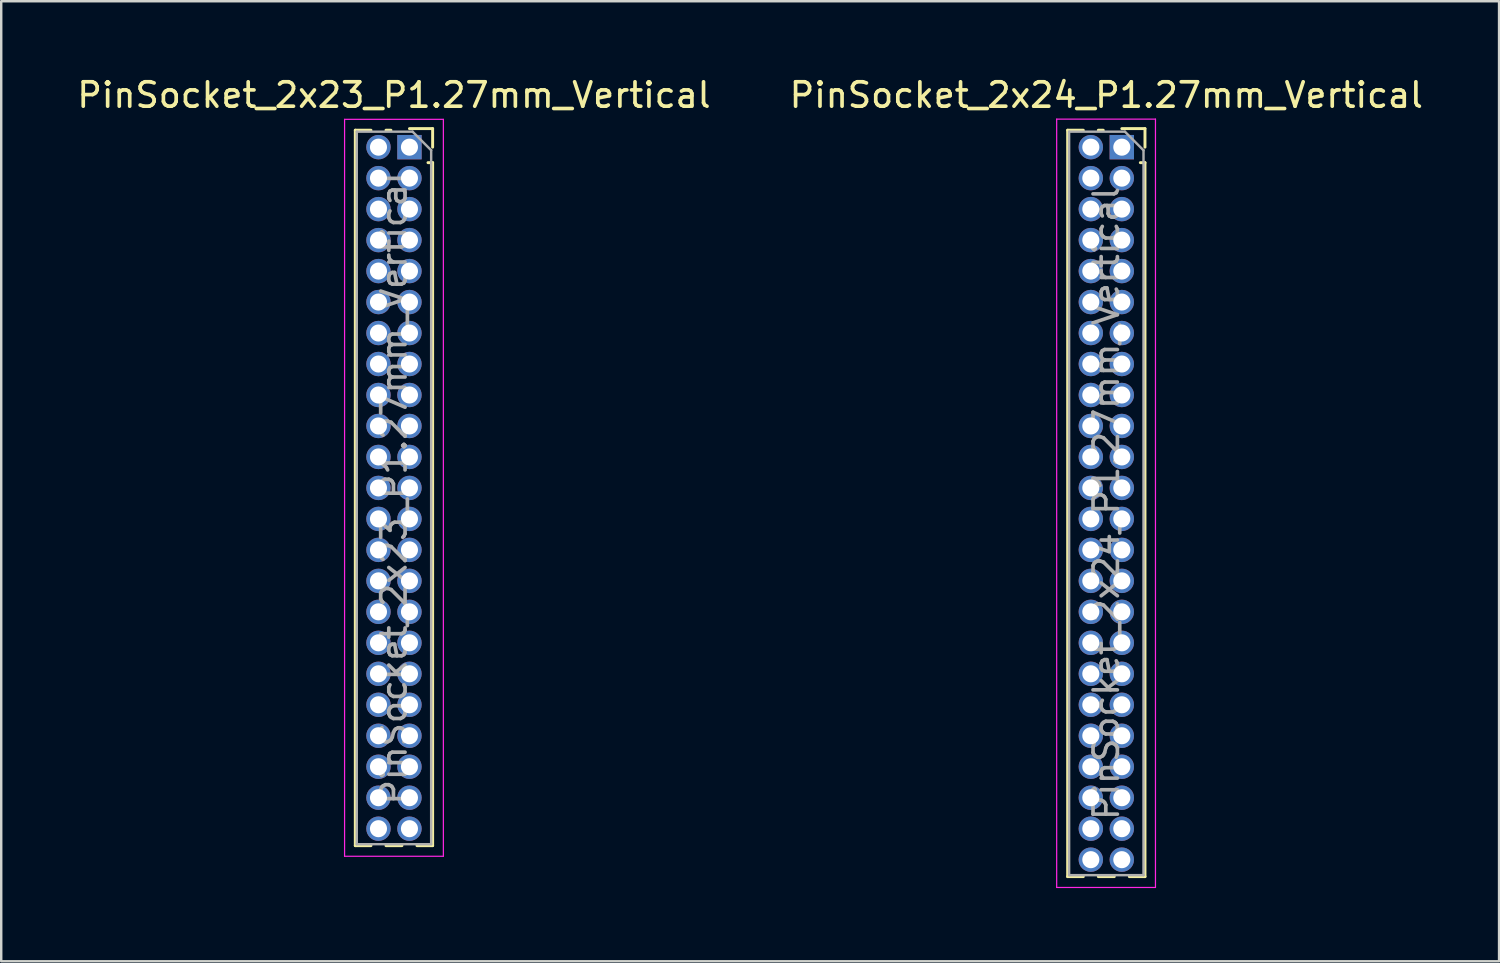
<source format=kicad_pcb>
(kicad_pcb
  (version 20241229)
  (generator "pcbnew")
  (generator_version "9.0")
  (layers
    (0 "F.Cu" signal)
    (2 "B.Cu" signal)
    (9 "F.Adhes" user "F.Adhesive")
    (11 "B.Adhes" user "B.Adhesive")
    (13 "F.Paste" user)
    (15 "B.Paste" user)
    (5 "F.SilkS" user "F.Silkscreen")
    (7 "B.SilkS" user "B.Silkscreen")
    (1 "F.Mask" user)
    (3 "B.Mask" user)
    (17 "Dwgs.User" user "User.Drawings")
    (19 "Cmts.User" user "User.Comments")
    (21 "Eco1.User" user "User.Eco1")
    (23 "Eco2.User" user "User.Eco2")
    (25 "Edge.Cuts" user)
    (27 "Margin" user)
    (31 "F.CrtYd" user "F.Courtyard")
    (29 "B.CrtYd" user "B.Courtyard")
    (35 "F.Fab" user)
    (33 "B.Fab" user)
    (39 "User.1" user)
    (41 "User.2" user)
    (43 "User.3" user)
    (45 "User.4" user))
  (footprint "PinSocket_2x23_P1.27mm_Vertical"
    (layer "F.Cu")
    (at 13.736 2.983)
    (property "Reference" "PinSocket_2x23_P1.27mm_Vertical" (at -0.635 -2.135 0) (layer "F.SilkS") (effects (font (size 1 1) (thickness 0.15))))
    (attr through_hole)
    (fp_line (start -2.22 -0.695) (end -2.22 28.635) (stroke (width 0.12) (type solid)) (layer "F.SilkS"))
    (fp_line (start -2.22 -0.695) (end -1.578 -0.695) (stroke (width 0.12) (type solid)) (layer "F.SilkS"))
    (fp_line (start -2.22 28.635) (end -1.578 28.635) (stroke (width 0.12) (type solid)) (layer "F.SilkS"))
    (fp_line (start -0.962 -0.695) (end -0.76 -0.695) (stroke (width 0.12) (type solid)) (layer "F.SilkS"))
    (fp_line (start -0.962 28.635) (end -0.308 28.635) (stroke (width 0.12) (type solid)) (layer "F.SilkS"))
    (fp_line (start 0 -0.76) (end 0.95 -0.76) (stroke (width 0.12) (type solid)) (layer "F.SilkS"))
    (fp_line (start 0.308 28.635) (end 0.95 28.635) (stroke (width 0.12) (type solid)) (layer "F.SilkS"))
    (fp_line (start 0.76 0.635) (end 0.95 0.635) (stroke (width 0.12) (type solid)) (layer "F.SilkS"))
    (fp_line (start 0.95 -0.76) (end 0.95 0) (stroke (width 0.12) (type solid)) (layer "F.SilkS"))
    (fp_line (start 0.95 0.635) (end 0.95 28.635) (stroke (width 0.12) (type solid)) (layer "F.SilkS"))
    (fp_line (start -2.66 -1.14) (end 1.39 -1.14) (stroke (width 0.05) (type solid)) (layer "F.CrtYd"))
    (fp_line (start -2.66 29.07) (end -2.66 -1.14) (stroke (width 0.05) (type solid)) (layer "F.CrtYd"))
    (fp_line (start 1.39 -1.14) (end 1.39 29.07) (stroke (width 0.05) (type solid)) (layer "F.CrtYd"))
    (fp_line (start 1.39 29.07) (end -2.66 29.07) (stroke (width 0.05) (type solid)) (layer "F.CrtYd"))
    (fp_line (start -2.16 -0.635) (end 0.128 -0.635) (stroke (width 0.1) (type solid)) (layer "F.Fab"))
    (fp_line (start -2.16 28.575) (end -2.16 -0.635) (stroke (width 0.1) (type solid)) (layer "F.Fab"))
    (fp_line (start 0.128 -0.635) (end 0.89 0.127) (stroke (width 0.1) (type solid)) (layer "F.Fab"))
    (fp_line (start 0.89 0.127) (end 0.89 28.575) (stroke (width 0.1) (type solid)) (layer "F.Fab"))
    (fp_line (start 0.89 28.575) (end -2.16 28.575) (stroke (width 0.1) (type solid)) (layer "F.Fab"))
    (fp_text user "${REFERENCE}" (at -0.635 13.97 90) (layer "F.Fab") (effects (font (size 1 1) (thickness 0.15))))
    (pad "1" thru_hole rect (at 0 0) (size 1 1) (drill 0.7) (layers "*.Cu" "*.Mask"))
    (pad "2" thru_hole circle (at -1.27 0) (size 1 1) (drill 0.7) (layers "*.Cu" "*.Mask"))
    (pad "3" thru_hole circle (at 0 1.27) (size 1 1) (drill 0.7) (layers "*.Cu" "*.Mask"))
    (pad "4" thru_hole circle (at -1.27 1.27) (size 1 1) (drill 0.7) (layers "*.Cu" "*.Mask"))
    (pad "5" thru_hole circle (at 0 2.54) (size 1 1) (drill 0.7) (layers "*.Cu" "*.Mask"))
    (pad "6" thru_hole circle (at -1.27 2.54) (size 1 1) (drill 0.7) (layers "*.Cu" "*.Mask"))
    (pad "7" thru_hole circle (at 0 3.81) (size 1 1) (drill 0.7) (layers "*.Cu" "*.Mask"))
    (pad "8" thru_hole circle (at -1.27 3.81) (size 1 1) (drill 0.7) (layers "*.Cu" "*.Mask"))
    (pad "9" thru_hole circle (at 0 5.08) (size 1 1) (drill 0.7) (layers "*.Cu" "*.Mask"))
    (pad "10" thru_hole circle (at -1.27 5.08) (size 1 1) (drill 0.7) (layers "*.Cu" "*.Mask"))
    (pad "11" thru_hole circle (at 0 6.35) (size 1 1) (drill 0.7) (layers "*.Cu" "*.Mask"))
    (pad "12" thru_hole circle (at -1.27 6.35) (size 1 1) (drill 0.7) (layers "*.Cu" "*.Mask"))
    (pad "13" thru_hole circle (at 0 7.62) (size 1 1) (drill 0.7) (layers "*.Cu" "*.Mask"))
    (pad "14" thru_hole circle (at -1.27 7.62) (size 1 1) (drill 0.7) (layers "*.Cu" "*.Mask"))
    (pad "15" thru_hole circle (at 0 8.89) (size 1 1) (drill 0.7) (layers "*.Cu" "*.Mask"))
    (pad "16" thru_hole circle (at -1.27 8.89) (size 1 1) (drill 0.7) (layers "*.Cu" "*.Mask"))
    (pad "17" thru_hole circle (at 0 10.16) (size 1 1) (drill 0.7) (layers "*.Cu" "*.Mask"))
    (pad "18" thru_hole circle (at -1.27 10.16) (size 1 1) (drill 0.7) (layers "*.Cu" "*.Mask"))
    (pad "19" thru_hole circle (at 0 11.43) (size 1 1) (drill 0.7) (layers "*.Cu" "*.Mask"))
    (pad "20" thru_hole circle (at -1.27 11.43) (size 1 1) (drill 0.7) (layers "*.Cu" "*.Mask"))
    (pad "21" thru_hole circle (at 0 12.7) (size 1 1) (drill 0.7) (layers "*.Cu" "*.Mask"))
    (pad "22" thru_hole circle (at -1.27 12.7) (size 1 1) (drill 0.7) (layers "*.Cu" "*.Mask"))
    (pad "23" thru_hole circle (at 0 13.97) (size 1 1) (drill 0.7) (layers "*.Cu" "*.Mask"))
    (pad "24" thru_hole circle (at -1.27 13.97) (size 1 1) (drill 0.7) (layers "*.Cu" "*.Mask"))
    (pad "25" thru_hole circle (at 0 15.24) (size 1 1) (drill 0.7) (layers "*.Cu" "*.Mask"))
    (pad "26" thru_hole circle (at -1.27 15.24) (size 1 1) (drill 0.7) (layers "*.Cu" "*.Mask"))
    (pad "27" thru_hole circle (at 0 16.51) (size 1 1) (drill 0.7) (layers "*.Cu" "*.Mask"))
    (pad "28" thru_hole circle (at -1.27 16.51) (size 1 1) (drill 0.7) (layers "*.Cu" "*.Mask"))
    (pad "29" thru_hole circle (at 0 17.78) (size 1 1) (drill 0.7) (layers "*.Cu" "*.Mask"))
    (pad "30" thru_hole circle (at -1.27 17.78) (size 1 1) (drill 0.7) (layers "*.Cu" "*.Mask"))
    (pad "31" thru_hole circle (at 0 19.05) (size 1 1) (drill 0.7) (layers "*.Cu" "*.Mask"))
    (pad "32" thru_hole circle (at -1.27 19.05) (size 1 1) (drill 0.7) (layers "*.Cu" "*.Mask"))
    (pad "33" thru_hole circle (at 0 20.32) (size 1 1) (drill 0.7) (layers "*.Cu" "*.Mask"))
    (pad "34" thru_hole circle (at -1.27 20.32) (size 1 1) (drill 0.7) (layers "*.Cu" "*.Mask"))
    (pad "35" thru_hole circle (at 0 21.59) (size 1 1) (drill 0.7) (layers "*.Cu" "*.Mask"))
    (pad "36" thru_hole circle (at -1.27 21.59) (size 1 1) (drill 0.7) (layers "*.Cu" "*.Mask"))
    (pad "37" thru_hole circle (at 0 22.86) (size 1 1) (drill 0.7) (layers "*.Cu" "*.Mask"))
    (pad "38" thru_hole circle (at -1.27 22.86) (size 1 1) (drill 0.7) (layers "*.Cu" "*.Mask"))
    (pad "39" thru_hole circle (at 0 24.13) (size 1 1) (drill 0.7) (layers "*.Cu" "*.Mask"))
    (pad "40" thru_hole circle (at -1.27 24.13) (size 1 1) (drill 0.7) (layers "*.Cu" "*.Mask"))
    (pad "41" thru_hole circle (at 0 25.4) (size 1 1) (drill 0.7) (layers "*.Cu" "*.Mask"))
    (pad "42" thru_hole circle (at -1.27 25.4) (size 1 1) (drill 0.7) (layers "*.Cu" "*.Mask"))
    (pad "43" thru_hole circle (at 0 26.67) (size 1 1) (drill 0.7) (layers "*.Cu" "*.Mask"))
    (pad "44" thru_hole circle (at -1.27 26.67) (size 1 1) (drill 0.7) (layers "*.Cu" "*.Mask"))
    (pad "45" thru_hole circle (at 0 27.94) (size 1 1) (drill 0.7) (layers "*.Cu" "*.Mask"))
    (pad "46" thru_hole circle (at -1.27 27.94) (size 1 1) (drill 0.7) (layers "*.Cu" "*.Mask")))
  (footprint "PinSocket_2x24_P1.27mm_Vertical"
    (layer "F.Cu")
    (at 42.939 2.983)
    (property "Reference" "PinSocket_2x24_P1.27mm_Vertical" (at -0.635 -2.135 0) (layer "F.SilkS") (effects (font (size 1 1) (thickness 0.15))))
    (attr through_hole)
    (fp_line (start -2.22 -0.695) (end -2.22 29.905) (stroke (width 0.12) (type solid)) (layer "F.SilkS"))
    (fp_line (start -2.22 -0.695) (end -1.578 -0.695) (stroke (width 0.12) (type solid)) (layer "F.SilkS"))
    (fp_line (start -2.22 29.905) (end -1.578 29.905) (stroke (width 0.12) (type solid)) (layer "F.SilkS"))
    (fp_line (start -0.962 -0.695) (end -0.76 -0.695) (stroke (width 0.12) (type solid)) (layer "F.SilkS"))
    (fp_line (start -0.962 29.905) (end -0.308 29.905) (stroke (width 0.12) (type solid)) (layer "F.SilkS"))
    (fp_line (start 0 -0.76) (end 0.95 -0.76) (stroke (width 0.12) (type solid)) (layer "F.SilkS"))
    (fp_line (start 0.308 29.905) (end 0.95 29.905) (stroke (width 0.12) (type solid)) (layer "F.SilkS"))
    (fp_line (start 0.76 0.635) (end 0.95 0.635) (stroke (width 0.12) (type solid)) (layer "F.SilkS"))
    (fp_line (start 0.95 -0.76) (end 0.95 0) (stroke (width 0.12) (type solid)) (layer "F.SilkS"))
    (fp_line (start 0.95 0.635) (end 0.95 29.905) (stroke (width 0.12) (type solid)) (layer "F.SilkS"))
    (fp_line (start -2.67 -1.15) (end 1.38 -1.15) (stroke (width 0.05) (type solid)) (layer "F.CrtYd"))
    (fp_line (start -2.67 30.35) (end -2.67 -1.15) (stroke (width 0.05) (type solid)) (layer "F.CrtYd"))
    (fp_line (start 1.38 -1.15) (end 1.38 30.35) (stroke (width 0.05) (type solid)) (layer "F.CrtYd"))
    (fp_line (start 1.38 30.35) (end -2.67 30.35) (stroke (width 0.05) (type solid)) (layer "F.CrtYd"))
    (fp_line (start -2.16 -0.635) (end 0.128 -0.635) (stroke (width 0.1) (type solid)) (layer "F.Fab"))
    (fp_line (start -2.16 29.845) (end -2.16 -0.635) (stroke (width 0.1) (type solid)) (layer "F.Fab"))
    (fp_line (start 0.128 -0.635) (end 0.89 0.128) (stroke (width 0.1) (type solid)) (layer "F.Fab"))
    (fp_line (start 0.89 0.128) (end 0.89 29.845) (stroke (width 0.1) (type solid)) (layer "F.Fab"))
    (fp_line (start 0.89 29.845) (end -2.16 29.845) (stroke (width 0.1) (type solid)) (layer "F.Fab"))
    (fp_text user "${REFERENCE}" (at -0.635 14.605 90) (layer "F.Fab") (effects (font (size 1 1) (thickness 0.15))))
    (pad "1" thru_hole rect (at 0 0) (size 1 1) (drill 0.7) (layers "*.Cu" "*.Mask"))
    (pad "2" thru_hole oval (at -1.27 0) (size 1 1) (drill 0.7) (layers "*.Cu" "*.Mask"))
    (pad "3" thru_hole oval (at 0 1.27) (size 1 1) (drill 0.7) (layers "*.Cu" "*.Mask"))
    (pad "4" thru_hole oval (at -1.27 1.27) (size 1 1) (drill 0.7) (layers "*.Cu" "*.Mask"))
    (pad "5" thru_hole oval (at 0 2.54) (size 1 1) (drill 0.7) (layers "*.Cu" "*.Mask"))
    (pad "6" thru_hole oval (at -1.27 2.54) (size 1 1) (drill 0.7) (layers "*.Cu" "*.Mask"))
    (pad "7" thru_hole oval (at 0 3.81) (size 1 1) (drill 0.7) (layers "*.Cu" "*.Mask"))
    (pad "8" thru_hole oval (at -1.27 3.81) (size 1 1) (drill 0.7) (layers "*.Cu" "*.Mask"))
    (pad "9" thru_hole oval (at 0 5.08) (size 1 1) (drill 0.7) (layers "*.Cu" "*.Mask"))
    (pad "10" thru_hole oval (at -1.27 5.08) (size 1 1) (drill 0.7) (layers "*.Cu" "*.Mask"))
    (pad "11" thru_hole oval (at 0 6.35) (size 1 1) (drill 0.7) (layers "*.Cu" "*.Mask"))
    (pad "12" thru_hole oval (at -1.27 6.35) (size 1 1) (drill 0.7) (layers "*.Cu" "*.Mask"))
    (pad "13" thru_hole oval (at 0 7.62) (size 1 1) (drill 0.7) (layers "*.Cu" "*.Mask"))
    (pad "14" thru_hole oval (at -1.27 7.62) (size 1 1) (drill 0.7) (layers "*.Cu" "*.Mask"))
    (pad "15" thru_hole oval (at 0 8.89) (size 1 1) (drill 0.7) (layers "*.Cu" "*.Mask"))
    (pad "16" thru_hole oval (at -1.27 8.89) (size 1 1) (drill 0.7) (layers "*.Cu" "*.Mask"))
    (pad "17" thru_hole oval (at 0 10.16) (size 1 1) (drill 0.7) (layers "*.Cu" "*.Mask"))
    (pad "18" thru_hole oval (at -1.27 10.16) (size 1 1) (drill 0.7) (layers "*.Cu" "*.Mask"))
    (pad "19" thru_hole oval (at 0 11.43) (size 1 1) (drill 0.7) (layers "*.Cu" "*.Mask"))
    (pad "20" thru_hole oval (at -1.27 11.43) (size 1 1) (drill 0.7) (layers "*.Cu" "*.Mask"))
    (pad "21" thru_hole oval (at 0 12.7) (size 1 1) (drill 0.7) (layers "*.Cu" "*.Mask"))
    (pad "22" thru_hole oval (at -1.27 12.7) (size 1 1) (drill 0.7) (layers "*.Cu" "*.Mask"))
    (pad "23" thru_hole oval (at 0 13.97) (size 1 1) (drill 0.7) (layers "*.Cu" "*.Mask"))
    (pad "24" thru_hole oval (at -1.27 13.97) (size 1 1) (drill 0.7) (layers "*.Cu" "*.Mask"))
    (pad "25" thru_hole oval (at 0 15.24) (size 1 1) (drill 0.7) (layers "*.Cu" "*.Mask"))
    (pad "26" thru_hole oval (at -1.27 15.24) (size 1 1) (drill 0.7) (layers "*.Cu" "*.Mask"))
    (pad "27" thru_hole oval (at 0 16.51) (size 1 1) (drill 0.7) (layers "*.Cu" "*.Mask"))
    (pad "28" thru_hole oval (at -1.27 16.51) (size 1 1) (drill 0.7) (layers "*.Cu" "*.Mask"))
    (pad "29" thru_hole oval (at 0 17.78) (size 1 1) (drill 0.7) (layers "*.Cu" "*.Mask"))
    (pad "30" thru_hole oval (at -1.27 17.78) (size 1 1) (drill 0.7) (layers "*.Cu" "*.Mask"))
    (pad "31" thru_hole oval (at 0 19.05) (size 1 1) (drill 0.7) (layers "*.Cu" "*.Mask"))
    (pad "32" thru_hole oval (at -1.27 19.05) (size 1 1) (drill 0.7) (layers "*.Cu" "*.Mask"))
    (pad "33" thru_hole oval (at 0 20.32) (size 1 1) (drill 0.7) (layers "*.Cu" "*.Mask"))
    (pad "34" thru_hole oval (at -1.27 20.32) (size 1 1) (drill 0.7) (layers "*.Cu" "*.Mask"))
    (pad "35" thru_hole oval (at 0 21.59) (size 1 1) (drill 0.7) (layers "*.Cu" "*.Mask"))
    (pad "36" thru_hole oval (at -1.27 21.59) (size 1 1) (drill 0.7) (layers "*.Cu" "*.Mask"))
    (pad "37" thru_hole oval (at 0 22.86) (size 1 1) (drill 0.7) (layers "*.Cu" "*.Mask"))
    (pad "38" thru_hole oval (at -1.27 22.86) (size 1 1) (drill 0.7) (layers "*.Cu" "*.Mask"))
    (pad "39" thru_hole oval (at 0 24.13) (size 1 1) (drill 0.7) (layers "*.Cu" "*.Mask"))
    (pad "40" thru_hole oval (at -1.27 24.13) (size 1 1) (drill 0.7) (layers "*.Cu" "*.Mask"))
    (pad "41" thru_hole oval (at 0 25.4) (size 1 1) (drill 0.7) (layers "*.Cu" "*.Mask"))
    (pad "42" thru_hole oval (at -1.27 25.4) (size 1 1) (drill 0.7) (layers "*.Cu" "*.Mask"))
    (pad "43" thru_hole oval (at 0 26.67) (size 1 1) (drill 0.7) (layers "*.Cu" "*.Mask"))
    (pad "44" thru_hole oval (at -1.27 26.67) (size 1 1) (drill 0.7) (layers "*.Cu" "*.Mask"))
    (pad "45" thru_hole oval (at 0 27.94) (size 1 1) (drill 0.7) (layers "*.Cu" "*.Mask"))
    (pad "46" thru_hole oval (at -1.27 27.94) (size 1 1) (drill 0.7) (layers "*.Cu" "*.Mask"))
    (pad "47" thru_hole oval (at 0 29.21) (size 1 1) (drill 0.7) (layers "*.Cu" "*.Mask"))
    (pad "48" thru_hole oval (at -1.27 29.21) (size 1 1) (drill 0.7) (layers "*.Cu" "*.Mask")))
  (gr_rect
    (start -3 -3)
    (end 58.405 36.358)
    (stroke (width 0.1) (type default))
    (fill no)
    (layer "Edge.Cuts")))
</source>
